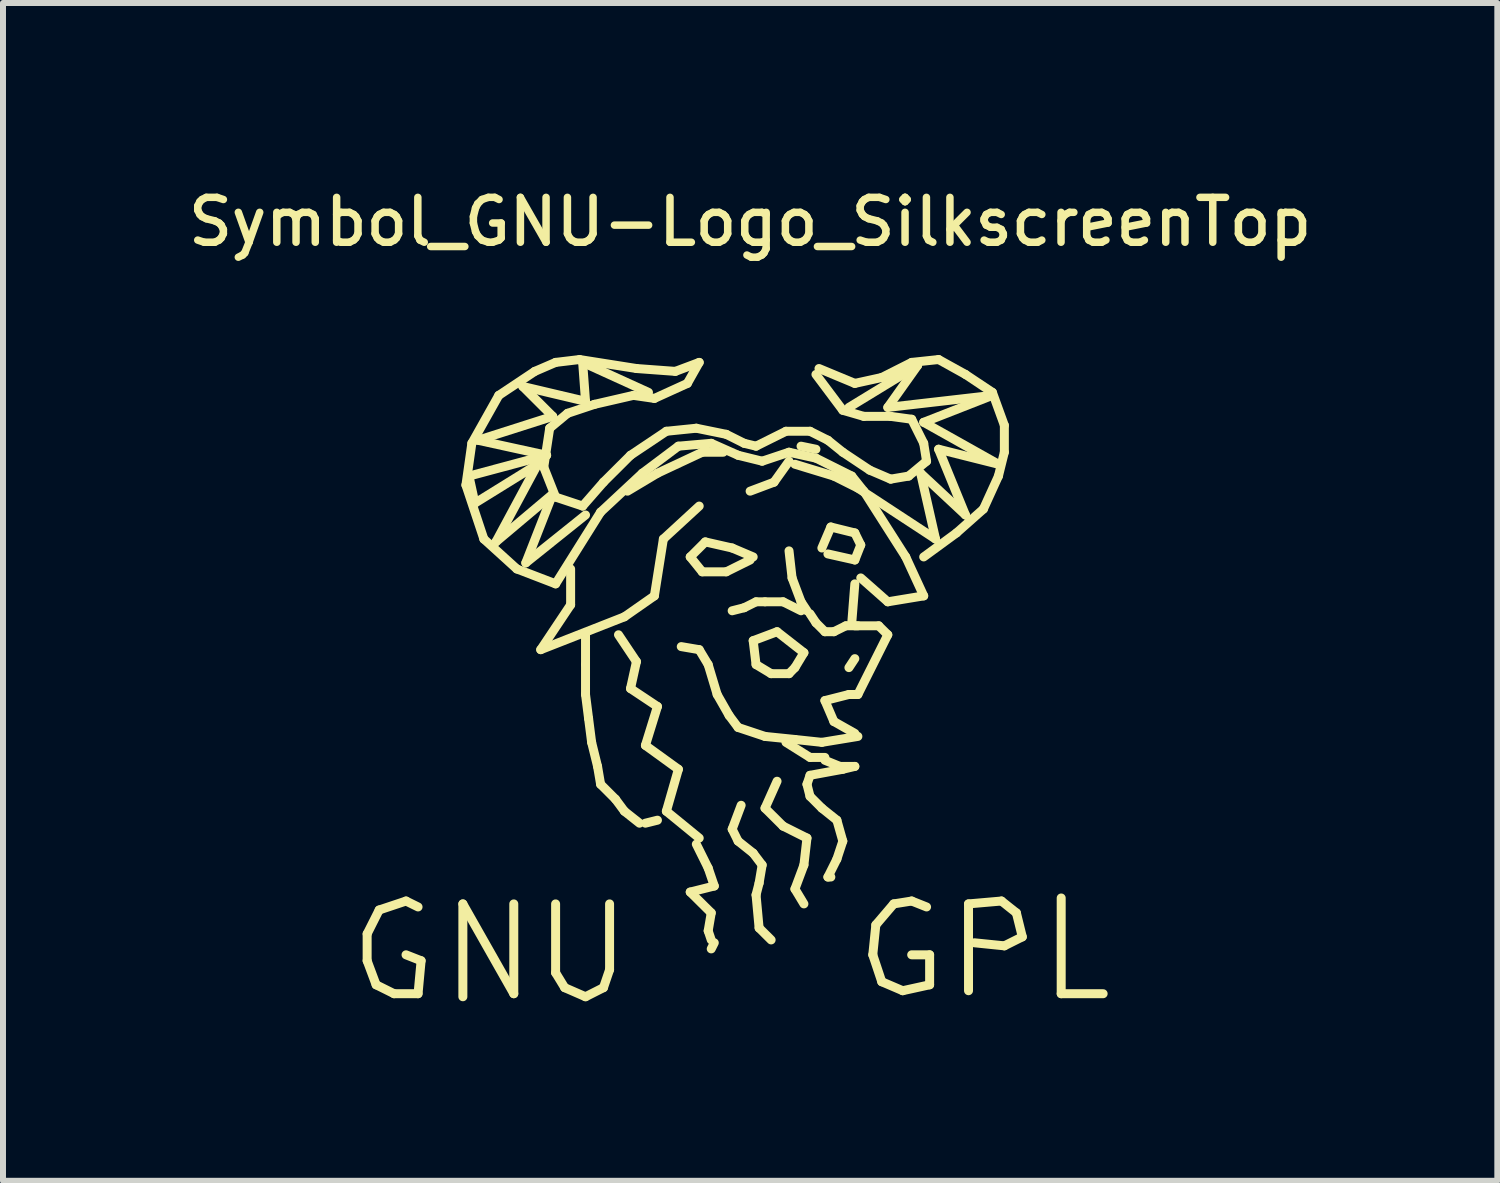
<source format=kicad_pcb>
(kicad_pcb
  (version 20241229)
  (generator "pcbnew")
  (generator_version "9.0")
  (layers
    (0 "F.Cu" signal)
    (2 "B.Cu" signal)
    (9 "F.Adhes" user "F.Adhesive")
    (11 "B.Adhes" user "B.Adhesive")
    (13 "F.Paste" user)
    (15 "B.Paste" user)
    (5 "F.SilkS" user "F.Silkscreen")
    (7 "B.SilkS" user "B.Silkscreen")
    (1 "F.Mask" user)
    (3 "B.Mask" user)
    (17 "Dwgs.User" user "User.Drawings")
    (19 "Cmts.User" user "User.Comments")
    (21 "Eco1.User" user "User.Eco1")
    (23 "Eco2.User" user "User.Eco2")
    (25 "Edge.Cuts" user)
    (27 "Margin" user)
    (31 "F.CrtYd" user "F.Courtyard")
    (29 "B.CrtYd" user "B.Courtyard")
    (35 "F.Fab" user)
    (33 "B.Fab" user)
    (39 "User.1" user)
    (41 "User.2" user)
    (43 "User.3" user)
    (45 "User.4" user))
  (footprint "Symbol_GNU-Logo_SilkscreenTop"
    (layer "F.Cu")
    (at 9.487 6.708)
    (property "Reference" "Symbol_GNU-Logo_SilkscreenTop" (at 0 -6.05 0) (layer "F.SilkS") (effects (font (size 0.75 0.75) (thickness 0.125))))
    (attr exclude_from_pos_files exclude_from_bom allow_missing_courtyard)
    (fp_line (start -6.401 5.85) (end -6.401 6.299) (stroke (width 0.15) (type solid)) (layer "F.SilkS"))
    (fp_line (start -6.401 6.299) (end -6.251 6.701) (stroke (width 0.15) (type solid)) (layer "F.SilkS"))
    (fp_line (start -6.251 6.701) (end -5.951 6.85) (stroke (width 0.15) (type solid)) (layer "F.SilkS"))
    (fp_line (start -6.2 5.451) (end -6.401 5.85) (stroke (width 0.15) (type solid)) (layer "F.SilkS"))
    (fp_line (start -5.951 6.85) (end -5.55 6.85) (stroke (width 0.15) (type solid)) (layer "F.SilkS"))
    (fp_line (start -5.751 5.301) (end -6.2 5.451) (stroke (width 0.15) (type solid)) (layer "F.SilkS"))
    (fp_line (start -5.55 5.4) (end -5.751 5.301) (stroke (width 0.15) (type solid)) (layer "F.SilkS"))
    (fp_line (start -5.55 6.85) (end -5.499 6.299) (stroke (width 0.15) (type solid)) (layer "F.SilkS"))
    (fp_line (start -5.499 6.299) (end -5.751 6.2) (stroke (width 0.15) (type solid)) (layer "F.SilkS"))
    (fp_line (start -4.801 5.349) (end -3.95 6.85) (stroke (width 0.15) (type solid)) (layer "F.SilkS"))
    (fp_line (start -4.801 6.901) (end -4.801 5.349) (stroke (width 0.15) (type solid)) (layer "F.SilkS"))
    (fp_line (start -4.75 -1.651) (end -4.45 -0.749) (stroke (width 0.15) (type solid)) (layer "F.SilkS"))
    (fp_line (start -4.699 -1.801) (end -3.401 -2.149) (stroke (width 0.15) (type solid)) (layer "F.SilkS"))
    (fp_line (start -4.651 -2.349) (end -4.75 -1.651) (stroke (width 0.15) (type solid)) (layer "F.SilkS"))
    (fp_line (start -4.6 -1.349) (end -4.699 -1.801) (stroke (width 0.15) (type solid)) (layer "F.SilkS"))
    (fp_line (start -4.549 -2.4) (end -3.299 -2.799) (stroke (width 0.15) (type solid)) (layer "F.SilkS"))
    (fp_line (start -4.45 -0.749) (end -3.899 -0.249) (stroke (width 0.15) (type solid)) (layer "F.SilkS"))
    (fp_line (start -4.249 -0.701) (end -3.551 -1.999) (stroke (width 0.15) (type solid)) (layer "F.SilkS"))
    (fp_line (start -4.201 -3.15) (end -4.651 -2.349) (stroke (width 0.15) (type solid)) (layer "F.SilkS"))
    (fp_line (start -3.95 6.85) (end -3.95 5.349) (stroke (width 0.15) (type solid)) (layer "F.SilkS"))
    (fp_line (start -3.899 -0.249) (end -3.251 0) (stroke (width 0.15) (type solid)) (layer "F.SilkS"))
    (fp_line (start -3.8 -3.299) (end -2.751 -3.051) (stroke (width 0.15) (type solid)) (layer "F.SilkS"))
    (fp_line (start -3.749 -0.351) (end -3.299 -1.501) (stroke (width 0.15) (type solid)) (layer "F.SilkS"))
    (fp_line (start -3.599 -3.551) (end -4.201 -3.15) (stroke (width 0.15) (type solid)) (layer "F.SilkS"))
    (fp_line (start -3.551 -1.999) (end -4.6 -1.349) (stroke (width 0.15) (type solid)) (layer "F.SilkS"))
    (fp_line (start -3.5 1.1) (end -2.101 0.551) (stroke (width 0.15) (type solid)) (layer "F.SilkS"))
    (fp_line (start -3.449 -1.951) (end -3.35 -2.601) (stroke (width 0.15) (type solid)) (layer "F.SilkS"))
    (fp_line (start -3.401 -2.149) (end -4.549 -2.4) (stroke (width 0.15) (type solid)) (layer "F.SilkS"))
    (fp_line (start -3.35 -2.601) (end -3.051 -2.85) (stroke (width 0.15) (type solid)) (layer "F.SilkS"))
    (fp_line (start -3.299 -2.799) (end -3.8 -3.299) (stroke (width 0.15) (type solid)) (layer "F.SilkS"))
    (fp_line (start -3.299 -1.501) (end -4.249 -0.701) (stroke (width 0.15) (type solid)) (layer "F.SilkS"))
    (fp_line (start -3.251 -3.701) (end -3.599 -3.551) (stroke (width 0.15) (type solid)) (layer "F.SilkS"))
    (fp_line (start -3.251 -1.45) (end -3.449 -1.951) (stroke (width 0.15) (type solid)) (layer "F.SilkS"))
    (fp_line (start -3.251 0) (end -2.499 -1.199) (stroke (width 0.15) (type solid)) (layer "F.SilkS"))
    (fp_line (start -3.251 5.349) (end -3.251 6.5) (stroke (width 0.15) (type solid)) (layer "F.SilkS"))
    (fp_line (start -3.251 6.5) (end -3.099 6.749) (stroke (width 0.15) (type solid)) (layer "F.SilkS"))
    (fp_line (start -3.099 6.749) (end -2.751 6.901) (stroke (width 0.15) (type solid)) (layer "F.SilkS"))
    (fp_line (start -3.051 -2.85) (end -2.601 -3) (stroke (width 0.15) (type solid)) (layer "F.SilkS"))
    (fp_line (start -3 -0.249) (end -3 0.351) (stroke (width 0.15) (type solid)) (layer "F.SilkS"))
    (fp_line (start -3 0.351) (end -3.5 1.1) (stroke (width 0.15) (type solid)) (layer "F.SilkS"))
    (fp_line (start -2.85 -3.749) (end -3.251 -3.701) (stroke (width 0.15) (type solid)) (layer "F.SilkS"))
    (fp_line (start -2.799 -3.701) (end -1.699 -3.2) (stroke (width 0.15) (type solid)) (layer "F.SilkS"))
    (fp_line (start -2.799 -1.3) (end -3.251 -1.45) (stroke (width 0.15) (type solid)) (layer "F.SilkS"))
    (fp_line (start -2.751 -3.051) (end -2.799 -3.701) (stroke (width 0.15) (type solid)) (layer "F.SilkS"))
    (fp_line (start -2.751 -1.151) (end -3.749 -0.351) (stroke (width 0.15) (type solid)) (layer "F.SilkS"))
    (fp_line (start -2.751 1.349) (end -2.751 0.851) (stroke (width 0.15) (type solid)) (layer "F.SilkS"))
    (fp_line (start -2.751 1.849) (end -2.751 1.349) (stroke (width 0.15) (type solid)) (layer "F.SilkS"))
    (fp_line (start -2.751 6.901) (end -2.451 6.749) (stroke (width 0.15) (type solid)) (layer "F.SilkS"))
    (fp_line (start -2.7 2.25) (end -2.751 1.849) (stroke (width 0.15) (type solid)) (layer "F.SilkS"))
    (fp_line (start -2.649 2.649) (end -2.7 2.25) (stroke (width 0.15) (type solid)) (layer "F.SilkS"))
    (fp_line (start -2.601 -3) (end -1.951 -3.15) (stroke (width 0.15) (type solid)) (layer "F.SilkS"))
    (fp_line (start -2.55 3.051) (end -2.649 2.649) (stroke (width 0.15) (type solid)) (layer "F.SilkS"))
    (fp_line (start -2.499 -1.199) (end -1.801 -1.849) (stroke (width 0.15) (type solid)) (layer "F.SilkS"))
    (fp_line (start -2.499 3.35) (end -2.55 3.051) (stroke (width 0.15) (type solid)) (layer "F.SilkS"))
    (fp_line (start -2.451 -1.699) (end -2.799 -1.3) (stroke (width 0.15) (type solid)) (layer "F.SilkS"))
    (fp_line (start -2.451 6.749) (end -2.349 6.449) (stroke (width 0.15) (type solid)) (layer "F.SilkS"))
    (fp_line (start -2.349 6.449) (end -2.349 5.349) (stroke (width 0.15) (type solid)) (layer "F.SilkS"))
    (fp_line (start -2.25 3.599) (end -2.499 3.35) (stroke (width 0.15) (type solid)) (layer "F.SilkS"))
    (fp_line (start -2.2 0.851) (end -1.9 1.3) (stroke (width 0.15) (type solid)) (layer "F.SilkS"))
    (fp_line (start -2.101 0.551) (end -1.6 0.201) (stroke (width 0.15) (type solid)) (layer "F.SilkS"))
    (fp_line (start -2.101 3.8) (end -2.25 3.599) (stroke (width 0.15) (type solid)) (layer "F.SilkS"))
    (fp_line (start -2.05 -1.549) (end -1.549 -1.849) (stroke (width 0.15) (type solid)) (layer "F.SilkS"))
    (fp_line (start -1.999 -2.149) (end -2.451 -1.699) (stroke (width 0.15) (type solid)) (layer "F.SilkS"))
    (fp_line (start -1.999 1.75) (end -1.549 2.05) (stroke (width 0.15) (type solid)) (layer "F.SilkS"))
    (fp_line (start -1.951 -3.15) (end -1.6 -3.099) (stroke (width 0.15) (type solid)) (layer "F.SilkS"))
    (fp_line (start -1.9 -3.599) (end -2.85 -3.749) (stroke (width 0.15) (type solid)) (layer "F.SilkS"))
    (fp_line (start -1.9 1.3) (end -1.999 1.75) (stroke (width 0.15) (type solid)) (layer "F.SilkS"))
    (fp_line (start -1.849 4) (end -2.101 3.8) (stroke (width 0.15) (type solid)) (layer "F.SilkS"))
    (fp_line (start -1.801 -1.849) (end -1.199 -2.301) (stroke (width 0.15) (type solid)) (layer "F.SilkS"))
    (fp_line (start -1.75 2.7) (end -1.199 3.099) (stroke (width 0.15) (type solid)) (layer "F.SilkS"))
    (fp_line (start -1.75 4) (end -1.549 3.95) (stroke (width 0.15) (type solid)) (layer "F.SilkS"))
    (fp_line (start -1.6 -3.099) (end -1.049 -3.35) (stroke (width 0.15) (type solid)) (layer "F.SilkS"))
    (fp_line (start -1.6 0.201) (end -1.45 -0.749) (stroke (width 0.15) (type solid)) (layer "F.SilkS"))
    (fp_line (start -1.549 -1.849) (end -0.8 -2.2) (stroke (width 0.15) (type solid)) (layer "F.SilkS"))
    (fp_line (start -1.549 2.05) (end -1.75 2.7) (stroke (width 0.15) (type solid)) (layer "F.SilkS"))
    (fp_line (start -1.45 -0.749) (end -0.851 -1.3) (stroke (width 0.15) (type solid)) (layer "F.SilkS"))
    (fp_line (start -1.4 -2.55) (end -1.999 -2.149) (stroke (width 0.15) (type solid)) (layer "F.SilkS"))
    (fp_line (start -1.4 3.8) (end -0.851 4.249) (stroke (width 0.15) (type solid)) (layer "F.SilkS"))
    (fp_line (start -1.25 -3.551) (end -1.9 -3.599) (stroke (width 0.15) (type solid)) (layer "F.SilkS"))
    (fp_line (start -1.199 -2.301) (end -0.65 -2.349) (stroke (width 0.15) (type solid)) (layer "F.SilkS"))
    (fp_line (start -1.199 3.099) (end -1.4 3.8) (stroke (width 0.15) (type solid)) (layer "F.SilkS"))
    (fp_line (start -1.049 -3.35) (end -0.851 -3.701) (stroke (width 0.15) (type solid)) (layer "F.SilkS"))
    (fp_line (start -1.001 -0.45) (end -0.8 -0.201) (stroke (width 0.15) (type solid)) (layer "F.SilkS"))
    (fp_line (start -1.001 5.151) (end -0.65 5.499) (stroke (width 0.15) (type solid)) (layer "F.SilkS"))
    (fp_line (start -0.899 -2.601) (end -1.4 -2.55) (stroke (width 0.15) (type solid)) (layer "F.SilkS"))
    (fp_line (start -0.899 4.351) (end -0.701 4.75) (stroke (width 0.15) (type solid)) (layer "F.SilkS"))
    (fp_line (start -0.851 -3.701) (end -1.25 -3.551) (stroke (width 0.15) (type solid)) (layer "F.SilkS"))
    (fp_line (start -0.851 1.1) (end -1.151 1.049) (stroke (width 0.15) (type solid)) (layer "F.SilkS"))
    (fp_line (start -0.8 -2.2) (end -0.45 -2.2) (stroke (width 0.15) (type solid)) (layer "F.SilkS"))
    (fp_line (start -0.8 -0.201) (end -0.399 -0.201) (stroke (width 0.15) (type solid)) (layer "F.SilkS"))
    (fp_line (start -0.749 -0.701) (end -1.001 -0.45) (stroke (width 0.15) (type solid)) (layer "F.SilkS"))
    (fp_line (start -0.701 1.349) (end -0.851 1.1) (stroke (width 0.15) (type solid)) (layer "F.SilkS"))
    (fp_line (start -0.701 4.75) (end -0.599 5.05) (stroke (width 0.15) (type solid)) (layer "F.SilkS"))
    (fp_line (start -0.701 5.799) (end -0.65 5.951) (stroke (width 0.15) (type solid)) (layer "F.SilkS"))
    (fp_line (start -0.65 -2.349) (end -0.201 -2.149) (stroke (width 0.15) (type solid)) (layer "F.SilkS"))
    (fp_line (start -0.65 5.499) (end -0.701 5.799) (stroke (width 0.15) (type solid)) (layer "F.SilkS"))
    (fp_line (start -0.599 5.05) (end -1.001 5.151) (stroke (width 0.15) (type solid)) (layer "F.SilkS"))
    (fp_line (start -0.599 5.999) (end -0.65 6.101) (stroke (width 0.15) (type solid)) (layer "F.SilkS"))
    (fp_line (start -0.551 1.849) (end -0.701 1.349) (stroke (width 0.15) (type solid)) (layer "F.SilkS"))
    (fp_line (start -0.399 -2.499) (end -0.899 -2.601) (stroke (width 0.15) (type solid)) (layer "F.SilkS"))
    (fp_line (start -0.399 -0.201) (end 0 -0.399) (stroke (width 0.15) (type solid)) (layer "F.SilkS"))
    (fp_line (start -0.351 2.2) (end -0.551 1.849) (stroke (width 0.15) (type solid)) (layer "F.SilkS"))
    (fp_line (start -0.3 -0.599) (end -0.749 -0.701) (stroke (width 0.15) (type solid)) (layer "F.SilkS"))
    (fp_line (start -0.3 4.1) (end -0.201 4.3) (stroke (width 0.15) (type solid)) (layer "F.SilkS"))
    (fp_line (start -0.201 -2.149) (end 0.201 -2.05) (stroke (width 0.15) (type solid)) (layer "F.SilkS"))
    (fp_line (start -0.201 2.4) (end -0.351 2.2) (stroke (width 0.15) (type solid)) (layer "F.SilkS"))
    (fp_line (start -0.201 4.3) (end 0.051 4.501) (stroke (width 0.15) (type solid)) (layer "F.SilkS"))
    (fp_line (start -0.15 3.701) (end -0.3 4.1) (stroke (width 0.15) (type solid)) (layer "F.SilkS"))
    (fp_line (start -0.099 -2.349) (end -0.399 -2.499) (stroke (width 0.15) (type solid)) (layer "F.SilkS"))
    (fp_line (start -0.099 0.399) (end -0.3 0.45) (stroke (width 0.15) (type solid)) (layer "F.SilkS"))
    (fp_line (start 0 -1.549) (end 0.399 -1.699) (stroke (width 0.15) (type solid)) (layer "F.SilkS"))
    (fp_line (start 0.051 -0.45) (end -0.3 -0.599) (stroke (width 0.15) (type solid)) (layer "F.SilkS"))
    (fp_line (start 0.051 0.95) (end 0.099 1.349) (stroke (width 0.15) (type solid)) (layer "F.SilkS"))
    (fp_line (start 0.051 4.501) (end 0.201 4.699) (stroke (width 0.15) (type solid)) (layer "F.SilkS"))
    (fp_line (start 0.099 -2.301) (end -0.099 -2.349) (stroke (width 0.15) (type solid)) (layer "F.SilkS"))
    (fp_line (start 0.099 0.3) (end -0.099 0.399) (stroke (width 0.15) (type solid)) (layer "F.SilkS"))
    (fp_line (start 0.099 1.349) (end 0.351 1.501) (stroke (width 0.15) (type solid)) (layer "F.SilkS"))
    (fp_line (start 0.099 5.199) (end 0.15 5.751) (stroke (width 0.15) (type solid)) (layer "F.SilkS"))
    (fp_line (start 0.15 5.001) (end 0.099 5.199) (stroke (width 0.15) (type solid)) (layer "F.SilkS"))
    (fp_line (start 0.15 5.751) (end 0.351 5.951) (stroke (width 0.15) (type solid)) (layer "F.SilkS"))
    (fp_line (start 0.201 -2.05) (end 0.65 -2.2) (stroke (width 0.15) (type solid)) (layer "F.SilkS"))
    (fp_line (start 0.201 4.699) (end 0.15 5.001) (stroke (width 0.15) (type solid)) (layer "F.SilkS"))
    (fp_line (start 0.249 0.3) (end 0.099 0.3) (stroke (width 0.15) (type solid)) (layer "F.SilkS"))
    (fp_line (start 0.249 2.55) (end -0.201 2.4) (stroke (width 0.15) (type solid)) (layer "F.SilkS"))
    (fp_line (start 0.249 3.749) (end 0.551 4.049) (stroke (width 0.15) (type solid)) (layer "F.SilkS"))
    (fp_line (start 0.351 1.501) (end 0.65 1.501) (stroke (width 0.15) (type solid)) (layer "F.SilkS"))
    (fp_line (start 0.399 -1.699) (end 0.65 -2.05) (stroke (width 0.15) (type solid)) (layer "F.SilkS"))
    (fp_line (start 0.45 0.8) (end 0.051 0.95) (stroke (width 0.15) (type solid)) (layer "F.SilkS"))
    (fp_line (start 0.45 3.299) (end 0.249 3.749) (stroke (width 0.15) (type solid)) (layer "F.SilkS"))
    (fp_line (start 0.551 0.3) (end 0.249 0.3) (stroke (width 0.15) (type solid)) (layer "F.SilkS"))
    (fp_line (start 0.551 4.049) (end 0.95 4.249) (stroke (width 0.15) (type solid)) (layer "F.SilkS"))
    (fp_line (start 0.599 -2.55) (end 0.099 -2.301) (stroke (width 0.15) (type solid)) (layer "F.SilkS"))
    (fp_line (start 0.599 2.649) (end 1.001 2.901) (stroke (width 0.15) (type solid)) (layer "F.SilkS"))
    (fp_line (start 0.65 -2.2) (end 1.1 -2.101) (stroke (width 0.15) (type solid)) (layer "F.SilkS"))
    (fp_line (start 0.65 -0.551) (end 0.701 -0.099) (stroke (width 0.15) (type solid)) (layer "F.SilkS"))
    (fp_line (start 0.65 1.501) (end 0.749 1.4) (stroke (width 0.15) (type solid)) (layer "F.SilkS"))
    (fp_line (start 0.701 -0.099) (end 0.851 0.3) (stroke (width 0.15) (type solid)) (layer "F.SilkS"))
    (fp_line (start 0.749 -1.999) (end 1.4 -1.801) (stroke (width 0.15) (type solid)) (layer "F.SilkS"))
    (fp_line (start 0.749 1.4) (end 0.899 1.151) (stroke (width 0.15) (type solid)) (layer "F.SilkS"))
    (fp_line (start 0.749 2.601) (end 0.249 2.55) (stroke (width 0.15) (type solid)) (layer "F.SilkS"))
    (fp_line (start 0.749 5.1) (end 0.899 5.349) (stroke (width 0.15) (type solid)) (layer "F.SilkS"))
    (fp_line (start 0.851 -2.301) (end 1.1 -2.25) (stroke (width 0.15) (type solid)) (layer "F.SilkS"))
    (fp_line (start 0.851 0.3) (end 0.95 0.45) (stroke (width 0.15) (type solid)) (layer "F.SilkS"))
    (fp_line (start 0.851 0.45) (end 0.551 0.3) (stroke (width 0.15) (type solid)) (layer "F.SilkS"))
    (fp_line (start 0.899 1.151) (end 0.45 0.8) (stroke (width 0.15) (type solid)) (layer "F.SilkS"))
    (fp_line (start 0.899 4.699) (end 0.749 5.1) (stroke (width 0.15) (type solid)) (layer "F.SilkS"))
    (fp_line (start 0.95 3.35) (end 1.001 3.551) (stroke (width 0.15) (type solid)) (layer "F.SilkS"))
    (fp_line (start 0.95 4.249) (end 0.899 4.699) (stroke (width 0.15) (type solid)) (layer "F.SilkS"))
    (fp_line (start 1.001 -2.55) (end 0.599 -2.55) (stroke (width 0.15) (type solid)) (layer "F.SilkS"))
    (fp_line (start 1.001 0.5) (end 1.1 0.65) (stroke (width 0.15) (type solid)) (layer "F.SilkS"))
    (fp_line (start 1.001 2.901) (end 1.25 2.901) (stroke (width 0.15) (type solid)) (layer "F.SilkS"))
    (fp_line (start 1.001 3.2) (end 0.95 3.35) (stroke (width 0.15) (type solid)) (layer "F.SilkS"))
    (fp_line (start 1.001 3.551) (end 1.199 3.749) (stroke (width 0.15) (type solid)) (layer "F.SilkS"))
    (fp_line (start 1.1 -3.5) (end 1.549 -2.901) (stroke (width 0.15) (type solid)) (layer "F.SilkS"))
    (fp_line (start 1.1 -2.101) (end 1.699 -1.801) (stroke (width 0.15) (type solid)) (layer "F.SilkS"))
    (fp_line (start 1.1 0.65) (end 1.25 0.8) (stroke (width 0.15) (type solid)) (layer "F.SilkS"))
    (fp_line (start 1.151 -3.599) (end 1.75 -3.35) (stroke (width 0.15) (type solid)) (layer "F.SilkS"))
    (fp_line (start 1.199 -0.599) (end 1.349 -0.95) (stroke (width 0.15) (type solid)) (layer "F.SilkS"))
    (fp_line (start 1.199 2.649) (end 0.749 2.601) (stroke (width 0.15) (type solid)) (layer "F.SilkS"))
    (fp_line (start 1.199 3.749) (end 1.45 3.95) (stroke (width 0.15) (type solid)) (layer "F.SilkS"))
    (fp_line (start 1.25 0.8) (end 1.4 0.8) (stroke (width 0.15) (type solid)) (layer "F.SilkS"))
    (fp_line (start 1.25 1.951) (end 1.4 2.301) (stroke (width 0.15) (type solid)) (layer "F.SilkS"))
    (fp_line (start 1.25 2.949) (end 1.501 3.051) (stroke (width 0.15) (type solid)) (layer "F.SilkS"))
    (fp_line (start 1.3 -2.4) (end 1.001 -2.55) (stroke (width 0.15) (type solid)) (layer "F.SilkS"))
    (fp_line (start 1.3 4.9) (end 1.349 4.9) (stroke (width 0.15) (type solid)) (layer "F.SilkS"))
    (fp_line (start 1.349 -0.95) (end 1.75 -0.851) (stroke (width 0.15) (type solid)) (layer "F.SilkS"))
    (fp_line (start 1.4 -1.801) (end 1.801 -1.6) (stroke (width 0.15) (type solid)) (layer "F.SilkS"))
    (fp_line (start 1.4 0.8) (end 1.6 0.701) (stroke (width 0.15) (type solid)) (layer "F.SilkS"))
    (fp_line (start 1.4 2.301) (end 1.75 2.499) (stroke (width 0.15) (type solid)) (layer "F.SilkS"))
    (fp_line (start 1.45 3.95) (end 1.549 4.3) (stroke (width 0.15) (type solid)) (layer "F.SilkS"))
    (fp_line (start 1.45 4.6) (end 1.3 4.9) (stroke (width 0.15) (type solid)) (layer "F.SilkS"))
    (fp_line (start 1.501 3.051) (end 1.75 3.051) (stroke (width 0.15) (type solid)) (layer "F.SilkS"))
    (fp_line (start 1.549 -2.901) (end 1.9 -2.799) (stroke (width 0.15) (type solid)) (layer "F.SilkS"))
    (fp_line (start 1.549 -2.2) (end 1.3 -2.4) (stroke (width 0.15) (type solid)) (layer "F.SilkS"))
    (fp_line (start 1.549 3.099) (end 1.001 3.2) (stroke (width 0.15) (type solid)) (layer "F.SilkS"))
    (fp_line (start 1.549 4.3) (end 1.45 4.6) (stroke (width 0.15) (type solid)) (layer "F.SilkS"))
    (fp_line (start 1.6 0.701) (end 1.801 0.701) (stroke (width 0.15) (type solid)) (layer "F.SilkS"))
    (fp_line (start 1.651 1.849) (end 1.25 1.951) (stroke (width 0.15) (type solid)) (layer "F.SilkS"))
    (fp_line (start 1.699 -1.801) (end 1.9 -1.549) (stroke (width 0.15) (type solid)) (layer "F.SilkS"))
    (fp_line (start 1.75 -3.35) (end 2.2 -3.449) (stroke (width 0.15) (type solid)) (layer "F.SilkS"))
    (fp_line (start 1.75 -0.851) (end 1.849 -0.65) (stroke (width 0.15) (type solid)) (layer "F.SilkS"))
    (fp_line (start 1.75 -0.399) (end 1.3 -0.5) (stroke (width 0.15) (type solid)) (layer "F.SilkS"))
    (fp_line (start 1.75 0) (end 1.699 0.65) (stroke (width 0.15) (type solid)) (layer "F.SilkS"))
    (fp_line (start 1.75 0.701) (end 2.149 0.701) (stroke (width 0.15) (type solid)) (layer "F.SilkS"))
    (fp_line (start 1.75 1.25) (end 1.651 1.4) (stroke (width 0.15) (type solid)) (layer "F.SilkS"))
    (fp_line (start 1.75 3.051) (end 1.549 3.099) (stroke (width 0.15) (type solid)) (layer "F.SilkS"))
    (fp_line (start 1.801 -1.6) (end 3.099 -0.749) (stroke (width 0.15) (type solid)) (layer "F.SilkS"))
    (fp_line (start 1.801 1.849) (end 1.651 1.849) (stroke (width 0.15) (type solid)) (layer "F.SilkS"))
    (fp_line (start 1.801 2.55) (end 1.199 2.649) (stroke (width 0.15) (type solid)) (layer "F.SilkS"))
    (fp_line (start 1.849 -0.65) (end 1.75 -0.399) (stroke (width 0.15) (type solid)) (layer "F.SilkS"))
    (fp_line (start 1.9 -2.799) (end 2.349 -2.799) (stroke (width 0.15) (type solid)) (layer "F.SilkS"))
    (fp_line (start 1.9 -1.549) (end 2.601 -0.45) (stroke (width 0.15) (type solid)) (layer "F.SilkS"))
    (fp_line (start 1.999 -1.9) (end 1.549 -2.2) (stroke (width 0.15) (type solid)) (layer "F.SilkS"))
    (fp_line (start 2.05 6.2) (end 2.2 6.65) (stroke (width 0.15) (type solid)) (layer "F.SilkS"))
    (fp_line (start 2.101 5.7) (end 2.05 6.2) (stroke (width 0.15) (type solid)) (layer "F.SilkS"))
    (fp_line (start 2.149 0.701) (end 2.301 0.851) (stroke (width 0.15) (type solid)) (layer "F.SilkS"))
    (fp_line (start 2.2 -3.449) (end 2.7 -3.701) (stroke (width 0.15) (type solid)) (layer "F.SilkS"))
    (fp_line (start 2.2 6.65) (end 2.55 6.8) (stroke (width 0.15) (type solid)) (layer "F.SilkS"))
    (fp_line (start 2.301 -2.949) (end 2.799 -3.65) (stroke (width 0.15) (type solid)) (layer "F.SilkS"))
    (fp_line (start 2.301 0.3) (end 1.849 -0.099) (stroke (width 0.15) (type solid)) (layer "F.SilkS"))
    (fp_line (start 2.301 0.851) (end 1.801 1.849) (stroke (width 0.15) (type solid)) (layer "F.SilkS"))
    (fp_line (start 2.349 -2.799) (end 2.7 -2.751) (stroke (width 0.15) (type solid)) (layer "F.SilkS"))
    (fp_line (start 2.349 -1.75) (end 1.999 -1.9) (stroke (width 0.15) (type solid)) (layer "F.SilkS"))
    (fp_line (start 2.4 5.349) (end 2.101 5.7) (stroke (width 0.15) (type solid)) (layer "F.SilkS"))
    (fp_line (start 2.55 6.8) (end 3 6.701) (stroke (width 0.15) (type solid)) (layer "F.SilkS"))
    (fp_line (start 2.601 -0.45) (end 2.901 0.201) (stroke (width 0.15) (type solid)) (layer "F.SilkS"))
    (fp_line (start 2.649 -1.801) (end 2.349 -1.75) (stroke (width 0.15) (type solid)) (layer "F.SilkS"))
    (fp_line (start 2.7 -3.701) (end 3.15 -3.749) (stroke (width 0.15) (type solid)) (layer "F.SilkS"))
    (fp_line (start 2.7 -2.751) (end 2.901 -2.349) (stroke (width 0.15) (type solid)) (layer "F.SilkS"))
    (fp_line (start 2.7 5.301) (end 2.4 5.349) (stroke (width 0.15) (type solid)) (layer "F.SilkS"))
    (fp_line (start 2.799 -3.65) (end 1.651 -2.949) (stroke (width 0.15) (type solid)) (layer "F.SilkS"))
    (fp_line (start 2.85 -1.849) (end 3.599 -1.151) (stroke (width 0.15) (type solid)) (layer "F.SilkS"))
    (fp_line (start 2.901 -2.7) (end 4.049 -3.15) (stroke (width 0.15) (type solid)) (layer "F.SilkS"))
    (fp_line (start 2.901 -2.349) (end 2.949 -2.05) (stroke (width 0.15) (type solid)) (layer "F.SilkS"))
    (fp_line (start 2.901 0.201) (end 2.301 0.3) (stroke (width 0.15) (type solid)) (layer "F.SilkS"))
    (fp_line (start 2.949 -2.05) (end 2.649 -1.801) (stroke (width 0.15) (type solid)) (layer "F.SilkS"))
    (fp_line (start 2.949 5.4) (end 2.7 5.301) (stroke (width 0.15) (type solid)) (layer "F.SilkS"))
    (fp_line (start 3 6.2) (end 2.7 6.2) (stroke (width 0.15) (type solid)) (layer "F.SilkS"))
    (fp_line (start 3 6.701) (end 3 6.2) (stroke (width 0.15) (type solid)) (layer "F.SilkS"))
    (fp_line (start 3.099 -0.749) (end 2.85 -1.849) (stroke (width 0.15) (type solid)) (layer "F.SilkS"))
    (fp_line (start 3.15 -3.749) (end 3.599 -3.5) (stroke (width 0.15) (type solid)) (layer "F.SilkS"))
    (fp_line (start 3.15 -2.25) (end 4.15 -1.999) (stroke (width 0.15) (type solid)) (layer "F.SilkS"))
    (fp_line (start 3.449 -0.851) (end 2.901 -0.45) (stroke (width 0.15) (type solid)) (layer "F.SilkS"))
    (fp_line (start 3.599 -3.5) (end 4.049 -3.2) (stroke (width 0.15) (type solid)) (layer "F.SilkS"))
    (fp_line (start 3.599 -1.151) (end 3.15 -2.25) (stroke (width 0.15) (type solid)) (layer "F.SilkS"))
    (fp_line (start 3.65 5.349) (end 4.201 5.301) (stroke (width 0.15) (type solid)) (layer "F.SilkS"))
    (fp_line (start 3.65 6.8) (end 3.65 5.349) (stroke (width 0.15) (type solid)) (layer "F.SilkS"))
    (fp_line (start 3.899 -1.25) (end 3.449 -0.851) (stroke (width 0.15) (type solid)) (layer "F.SilkS"))
    (fp_line (start 4.049 -3.2) (end 4.249 -2.649) (stroke (width 0.15) (type solid)) (layer "F.SilkS"))
    (fp_line (start 4.049 -3.15) (end 2.301 -2.949) (stroke (width 0.15) (type solid)) (layer "F.SilkS"))
    (fp_line (start 4.15 -1.999) (end 2.901 -2.7) (stroke (width 0.15) (type solid)) (layer "F.SilkS"))
    (fp_line (start 4.15 -1.801) (end 3.899 -1.25) (stroke (width 0.15) (type solid)) (layer "F.SilkS"))
    (fp_line (start 4.201 5.301) (end 4.45 5.499) (stroke (width 0.15) (type solid)) (layer "F.SilkS"))
    (fp_line (start 4.249 -2.649) (end 4.249 -2.2) (stroke (width 0.15) (type solid)) (layer "F.SilkS"))
    (fp_line (start 4.249 -2.2) (end 4.15 -1.801) (stroke (width 0.15) (type solid)) (layer "F.SilkS"))
    (fp_line (start 4.249 6.05) (end 3.749 5.999) (stroke (width 0.15) (type solid)) (layer "F.SilkS"))
    (fp_line (start 4.45 5.499) (end 4.549 5.9) (stroke (width 0.15) (type solid)) (layer "F.SilkS"))
    (fp_line (start 4.549 5.9) (end 4.249 6.05) (stroke (width 0.15) (type solid)) (layer "F.SilkS"))
    (fp_line (start 5.199 5.25) (end 5.199 6.85) (stroke (width 0.15) (type solid)) (layer "F.SilkS"))
    (fp_line (start 5.199 6.85) (end 5.9 6.85) (stroke (width 0.15) (type solid)) (layer "F.SilkS")))
  (gr_rect
    (start -3 -3)
    (end 21.975 16.685)
    (stroke (width 0.1) (type default))
    (fill no)
    (layer "Edge.Cuts")))
</source>
